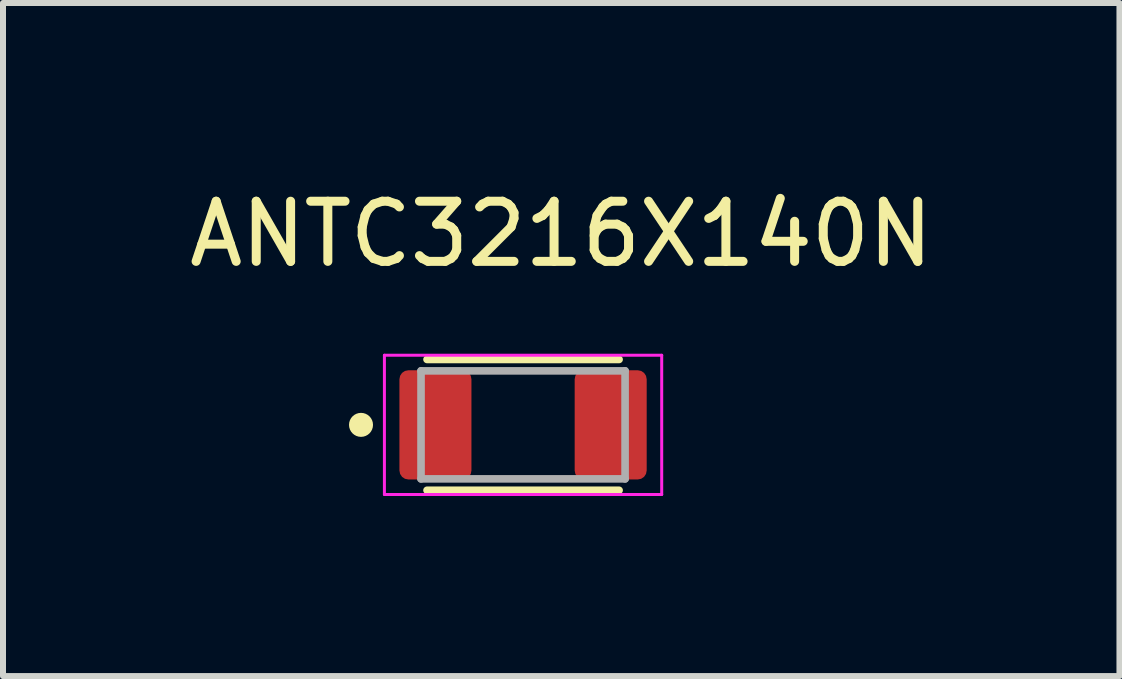
<source format=kicad_pcb>
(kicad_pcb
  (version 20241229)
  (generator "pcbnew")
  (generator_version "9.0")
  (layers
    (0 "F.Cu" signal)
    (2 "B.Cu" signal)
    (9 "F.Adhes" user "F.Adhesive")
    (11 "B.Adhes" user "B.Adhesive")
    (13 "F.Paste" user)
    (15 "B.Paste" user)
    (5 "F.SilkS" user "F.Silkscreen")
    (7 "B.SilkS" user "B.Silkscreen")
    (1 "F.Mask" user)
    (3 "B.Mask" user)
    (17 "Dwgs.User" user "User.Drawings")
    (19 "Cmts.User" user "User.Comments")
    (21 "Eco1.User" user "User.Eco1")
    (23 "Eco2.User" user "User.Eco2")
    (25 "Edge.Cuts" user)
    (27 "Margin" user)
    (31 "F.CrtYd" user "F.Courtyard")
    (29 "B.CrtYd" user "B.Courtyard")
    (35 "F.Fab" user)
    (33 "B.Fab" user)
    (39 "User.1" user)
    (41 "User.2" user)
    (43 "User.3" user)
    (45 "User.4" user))
  (footprint "ANTC3216X140N"
    (layer "F.Cu")
    (at 5.665 4.029)
    (property "Reference" "ANTC3216X140N" (at 0.636 -3.18 0) (layer "F.SilkS") (effects (font (size 1.002 1.002) (thickness 0.15))))
    (attr smd)
    (fp_line (start -1.6 -1.09) (end 1.6 -1.09) (stroke (width 0.127) (type solid)) (layer "F.SilkS"))
    (fp_line (start -1.6 1.09) (end 1.6 1.09) (stroke (width 0.127) (type solid)) (layer "F.SilkS"))
    (fp_circle (center -2.7 0) (end -2.6 0) (stroke (width 0.2) (type solid)) (fill no) (layer "F.SilkS"))
    (fp_line (start -2.31 -1.16) (end 2.31 -1.16) (stroke (width 0.05) (type solid)) (layer "F.CrtYd"))
    (fp_line (start -2.31 1.16) (end -2.31 -1.16) (stroke (width 0.05) (type solid)) (layer "F.CrtYd"))
    (fp_line (start 2.31 -1.16) (end 2.31 1.16) (stroke (width 0.05) (type solid)) (layer "F.CrtYd"))
    (fp_line (start 2.31 1.16) (end -2.31 1.16) (stroke (width 0.05) (type solid)) (layer "F.CrtYd"))
    (fp_line (start -1.7 -0.9) (end 1.7 -0.9) (stroke (width 0.127) (type solid)) (layer "F.Fab"))
    (fp_line (start -1.7 0.9) (end -1.7 -0.9) (stroke (width 0.127) (type solid)) (layer "F.Fab"))
    (fp_line (start 1.7 -0.9) (end 1.7 0.9) (stroke (width 0.127) (type solid)) (layer "F.Fab"))
    (fp_line (start 1.7 0.9) (end -1.7 0.9) (stroke (width 0.127) (type solid)) (layer "F.Fab"))
    (pad "1" smd roundrect (at -1.46 0) (size 1.2 1.82) (layers "F.Cu" "F.Mask" "F.Paste") (roundrect_rratio 0.125))
    (pad "2" smd roundrect (at 1.46 0) (size 1.2 1.82) (layers "F.Cu" "F.Mask" "F.Paste") (roundrect_rratio 0.125)))
  (gr_rect
    (start -3 -3)
    (end 15.602 8.214)
    (stroke (width 0.1) (type default))
    (fill no)
    (layer "Edge.Cuts")))
</source>
